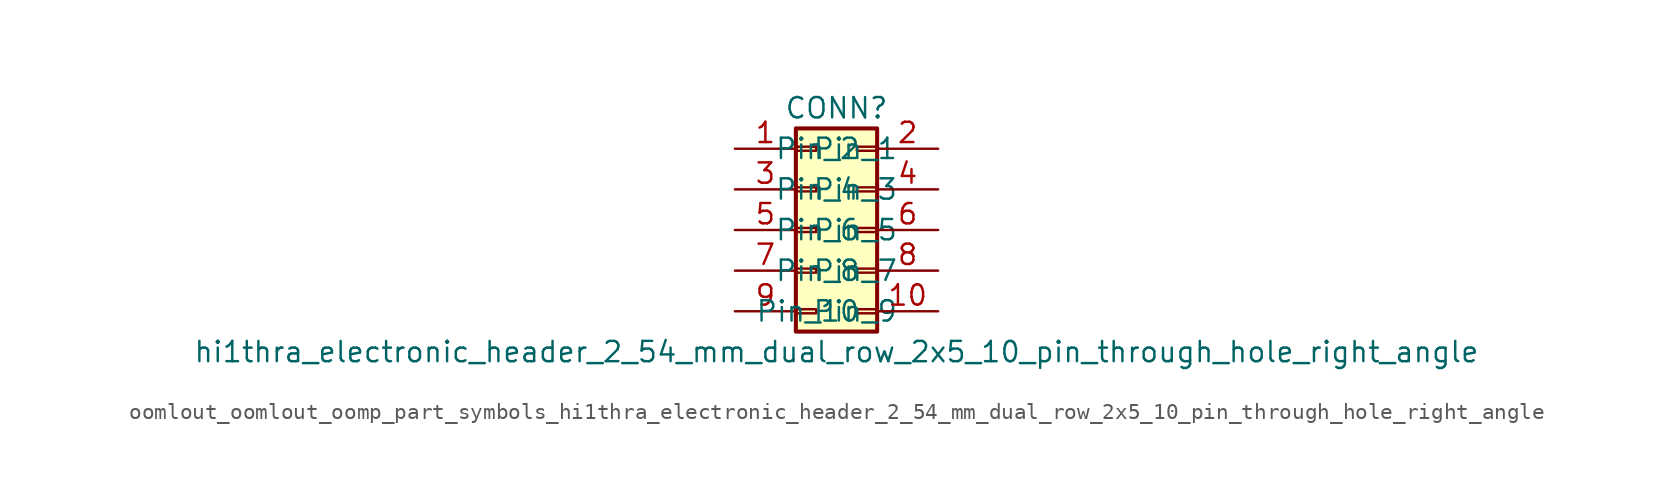
<source format=kicad_sym>
(kicad_symbol_lib
  (version 20220914)
  (generator kicad_symbol_editor)
  (symbol "oomlout_oomlout_oomp_part_symbols_hi1thra_electronic_header_2_54_mm_dual_row_2x5_10_pin_through_hole_right_angle"
    (pin_names
      (offset 1.016))
    (property "Reference" "CONN"
      (at 1.27 7.62 0)
      (effects (font (size 1.27 1.27))))
    (property "Value" "hi1thra_electronic_header_2_54_mm_dual_row_2x5_10_pin_through_hole_right_angle"
      (at 1.27 -7.62 0)
      (effects (font (size 1.27 1.27))))
    (symbol "oomlout_oomlout_oomp_part_symbols_hi1thra_electronic_header_2_54_mm_dual_row_2x5_10_pin_through_hole_right_angle_1_1"
      (rectangle (start -1.27 -4.953) (end 0 -5.207) (stroke (width 0.152) (type default)) (fill (type none)))
      (rectangle (start -1.27 -2.413) (end 0 -2.667) (stroke (width 0.152) (type default)) (fill (type none)))
      (rectangle (start -1.27 0.127) (end 0 -0.127) (stroke (width 0.152) (type default)) (fill (type none)))
      (rectangle (start -1.27 2.667) (end 0 2.413) (stroke (width 0.152) (type default)) (fill (type none)))
      (rectangle (start -1.27 5.207) (end 0 4.953) (stroke (width 0.152) (type default)) (fill (type none)))
      (rectangle (start -1.27 6.35) (end 3.81 -6.35) (stroke (width 0.254) (type default)) (fill (type background)))
      (rectangle (start 3.81 -4.953) (end 2.54 -5.207) (stroke (width 0.152) (type default)) (fill (type none)))
      (rectangle (start 3.81 -2.413) (end 2.54 -2.667) (stroke (width 0.152) (type default)) (fill (type none)))
      (rectangle (start 3.81 0.127) (end 2.54 -0.127) (stroke (width 0.152) (type default)) (fill (type none)))
      (rectangle (start 3.81 2.667) (end 2.54 2.413) (stroke (width 0.152) (type default)) (fill (type none)))
      (rectangle (start 3.81 5.207) (end 2.54 4.953) (stroke (width 0.152) (type default)) (fill (type none)))
      (pin passive line (at -5.08 5.08 0) (length 3.81) (name "Pin_1" (effects (font (size 1.27 1.27)))) (number "1" (effects (font (size 1.27 1.27)))))
      (pin passive line (at 7.62 -5.08 180) (length 3.81) (name "Pin_10" (effects (font (size 1.27 1.27)))) (number "10" (effects (font (size 1.27 1.27)))))
      (pin passive line (at 7.62 5.08 180) (length 3.81) (name "Pin_2" (effects (font (size 1.27 1.27)))) (number "2" (effects (font (size 1.27 1.27)))))
      (pin passive line (at -5.08 2.54 0) (length 3.81) (name "Pin_3" (effects (font (size 1.27 1.27)))) (number "3" (effects (font (size 1.27 1.27)))))
      (pin passive line (at 7.62 2.54 180) (length 3.81) (name "Pin_4" (effects (font (size 1.27 1.27)))) (number "4" (effects (font (size 1.27 1.27)))))
      (pin passive line (at -5.08 0 0) (length 3.81) (name "Pin_5" (effects (font (size 1.27 1.27)))) (number "5" (effects (font (size 1.27 1.27)))))
      (pin passive line (at 7.62 0 180) (length 3.81) (name "Pin_6" (effects (font (size 1.27 1.27)))) (number "6" (effects (font (size 1.27 1.27)))))
      (pin passive line (at -5.08 -2.54 0) (length 3.81) (name "Pin_7" (effects (font (size 1.27 1.27)))) (number "7" (effects (font (size 1.27 1.27)))))
      (pin passive line (at 7.62 -2.54 180) (length 3.81) (name "Pin_8" (effects (font (size 1.27 1.27)))) (number "8" (effects (font (size 1.27 1.27)))))
      (pin passive line (at -5.08 -5.08 0) (length 3.81) (name "Pin_9" (effects (font (size 1.27 1.27)))) (number "9" (effects (font (size 1.27 1.27))))))))
</source>
